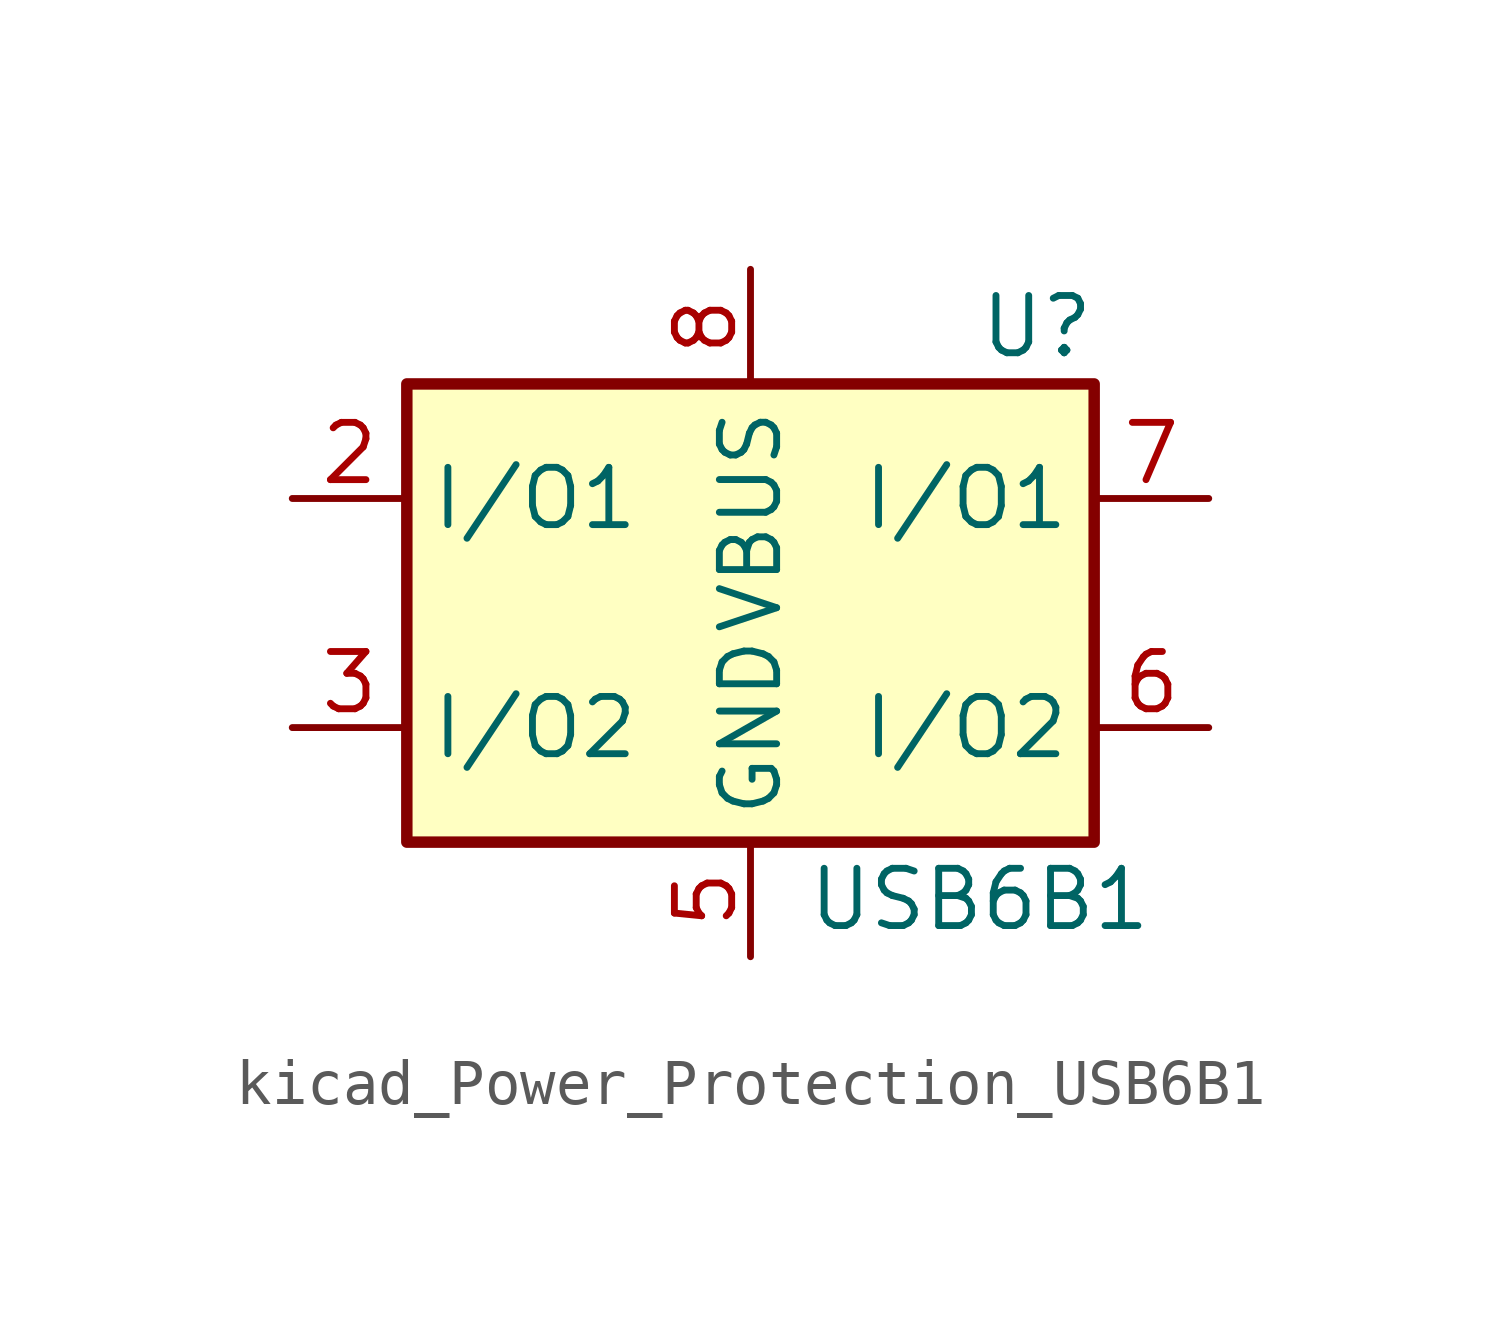
<source format=kicad_sym>
(kicad_symbol_lib
  (version 20220914)
  (generator kicad_symbol_editor)
  (symbol "kicad_Power_Protection_USB6B1"
    (property "Reference" "U"
      (at 6.35 6.35 0)
      (effects (font (size 1.27 1.27))))
    (property "Value" "USB6B1"
      (at 5.08 -6.35 0)
      (effects (font (size 1.27 1.27))))
    (symbol "kicad_Power_Protection_USB6B1_0_1"
      (rectangle (start -7.62 -5.08) (end 7.62 5.08) (stroke (width 0.254) (type default)) (fill (type background))))
    (symbol "kicad_Power_Protection_USB6B1_1_1"
      (pin passive line (at 0 7.62 270) (length 2.54) hide (name "VBUS" (effects (font (size 1.27 1.27)))) (number "1" (effects (font (size 1.27 1.27)))))
      (pin passive line (at -10.16 2.54 0) (length 2.54) (name "I/O1" (effects (font (size 1.27 1.27)))) (number "2" (effects (font (size 1.27 1.27)))))
      (pin passive line (at -10.16 -2.54 0) (length 2.54) (name "I/O2" (effects (font (size 1.27 1.27)))) (number "3" (effects (font (size 1.27 1.27)))))
      (pin passive line (at 0 -7.62 90) (length 2.54) hide (name "GND" (effects (font (size 1.27 1.27)))) (number "4" (effects (font (size 1.27 1.27)))))
      (pin passive line (at 0 -7.62 90) (length 2.54) (name "GND" (effects (font (size 1.27 1.27)))) (number "5" (effects (font (size 1.27 1.27)))))
      (pin passive line (at 10.16 -2.54 180) (length 2.54) (name "I/O2" (effects (font (size 1.27 1.27)))) (number "6" (effects (font (size 1.27 1.27)))))
      (pin passive line (at 10.16 2.54 180) (length 2.54) (name "I/O1" (effects (font (size 1.27 1.27)))) (number "7" (effects (font (size 1.27 1.27)))))
      (pin passive line (at 0 7.62 270) (length 2.54) (name "VBUS" (effects (font (size 1.27 1.27)))) (number "8" (effects (font (size 1.27 1.27))))))))
</source>
